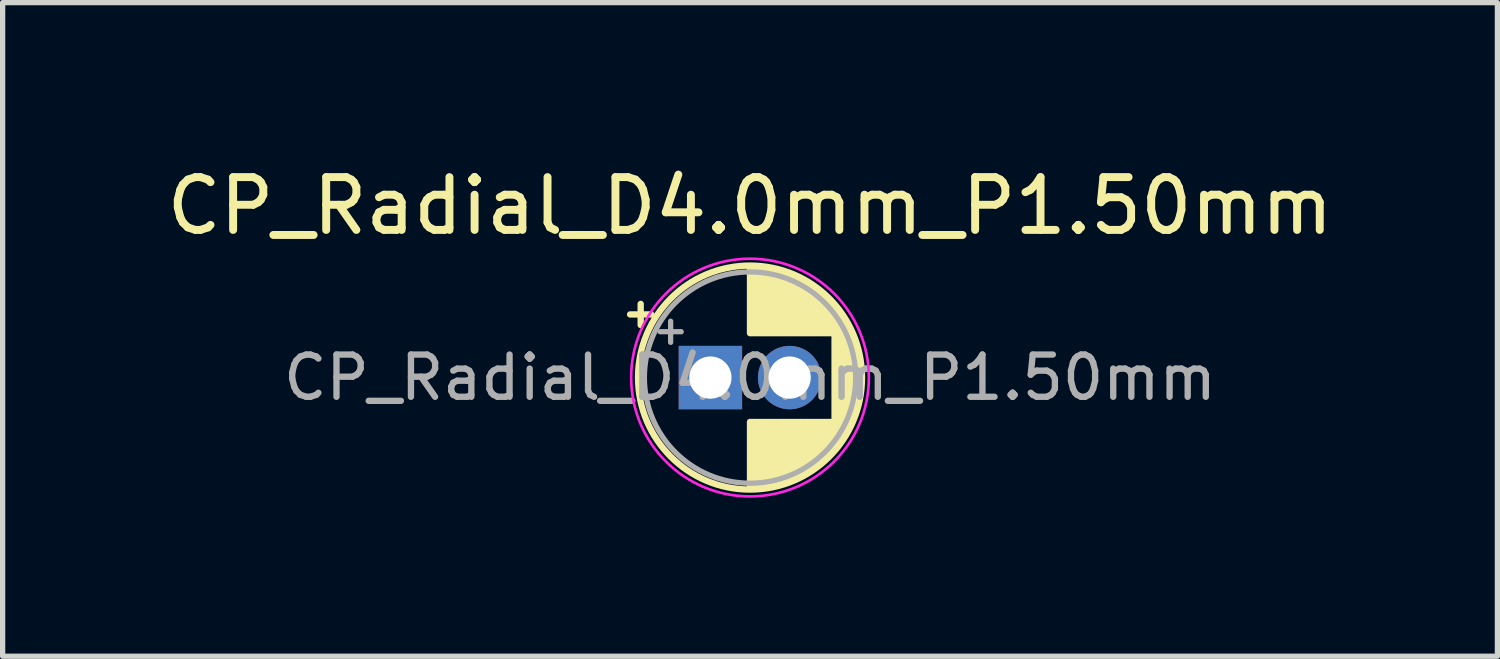
<source format=kicad_pcb>
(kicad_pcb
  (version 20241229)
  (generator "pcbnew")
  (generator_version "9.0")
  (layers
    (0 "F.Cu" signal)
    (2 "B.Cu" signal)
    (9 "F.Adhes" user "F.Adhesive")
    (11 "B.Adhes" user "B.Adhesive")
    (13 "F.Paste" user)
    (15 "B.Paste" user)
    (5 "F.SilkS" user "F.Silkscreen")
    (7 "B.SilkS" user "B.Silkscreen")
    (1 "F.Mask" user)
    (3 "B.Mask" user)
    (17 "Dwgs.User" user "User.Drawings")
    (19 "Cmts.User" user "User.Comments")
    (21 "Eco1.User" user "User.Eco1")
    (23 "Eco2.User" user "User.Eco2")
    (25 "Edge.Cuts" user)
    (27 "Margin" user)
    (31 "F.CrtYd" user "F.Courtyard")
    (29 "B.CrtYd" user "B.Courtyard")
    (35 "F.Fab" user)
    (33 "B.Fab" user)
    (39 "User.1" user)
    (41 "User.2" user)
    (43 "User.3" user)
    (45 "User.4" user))
  (footprint "CP_Radial_D4.0mm_P1.50mm"
    (layer "F.Cu")
    (at 10.399 4.098)
    (property "Reference" "CP_Radial_D4.0mm_P1.50mm" (at 0.75 -3.25 0) (layer "F.SilkS") (effects (font (size 1 1) (thickness 0.15))))
    (attr through_hole)
    (fp_line (start -1.52 -1.195) (end -1.12 -1.195) (stroke (width 0.12) (type solid)) (layer "F.SilkS"))
    (fp_line (start -1.32 -1.395) (end -1.32 -0.995) (stroke (width 0.12) (type solid)) (layer "F.SilkS"))
    (fp_line (start 0.75 -2.08) (end 0.75 -0.84) (stroke (width 0.12) (type solid)) (layer "F.SilkS"))
    (fp_line (start 0.75 0.84) (end 0.75 2.08) (stroke (width 0.12) (type solid)) (layer "F.SilkS"))
    (fp_line (start 0.79 -2.08) (end 0.79 -0.84) (stroke (width 0.12) (type solid)) (layer "F.SilkS"))
    (fp_line (start 0.79 0.84) (end 0.79 2.08) (stroke (width 0.12) (type solid)) (layer "F.SilkS"))
    (fp_line (start 0.83 -2.079) (end 0.83 -0.84) (stroke (width 0.12) (type solid)) (layer "F.SilkS"))
    (fp_line (start 0.83 0.84) (end 0.83 2.079) (stroke (width 0.12) (type solid)) (layer "F.SilkS"))
    (fp_line (start 0.87 -2.077) (end 0.87 -0.84) (stroke (width 0.12) (type solid)) (layer "F.SilkS"))
    (fp_line (start 0.87 0.84) (end 0.87 2.077) (stroke (width 0.12) (type solid)) (layer "F.SilkS"))
    (fp_line (start 0.91 -2.074) (end 0.91 -0.84) (stroke (width 0.12) (type solid)) (layer "F.SilkS"))
    (fp_line (start 0.91 0.84) (end 0.91 2.074) (stroke (width 0.12) (type solid)) (layer "F.SilkS"))
    (fp_line (start 0.95 -2.071) (end 0.95 -0.84) (stroke (width 0.12) (type solid)) (layer "F.SilkS"))
    (fp_line (start 0.95 0.84) (end 0.95 2.071) (stroke (width 0.12) (type solid)) (layer "F.SilkS"))
    (fp_line (start 0.99 -2.067) (end 0.99 -0.84) (stroke (width 0.12) (type solid)) (layer "F.SilkS"))
    (fp_line (start 0.99 0.84) (end 0.99 2.067) (stroke (width 0.12) (type solid)) (layer "F.SilkS"))
    (fp_line (start 1.03 -2.062) (end 1.03 -0.84) (stroke (width 0.12) (type solid)) (layer "F.SilkS"))
    (fp_line (start 1.03 0.84) (end 1.03 2.062) (stroke (width 0.12) (type solid)) (layer "F.SilkS"))
    (fp_line (start 1.07 -2.056) (end 1.07 -0.84) (stroke (width 0.12) (type solid)) (layer "F.SilkS"))
    (fp_line (start 1.07 0.84) (end 1.07 2.056) (stroke (width 0.12) (type solid)) (layer "F.SilkS"))
    (fp_line (start 1.11 -2.05) (end 1.11 -0.84) (stroke (width 0.12) (type solid)) (layer "F.SilkS"))
    (fp_line (start 1.11 0.84) (end 1.11 2.05) (stroke (width 0.12) (type solid)) (layer "F.SilkS"))
    (fp_line (start 1.15 -2.042) (end 1.15 -0.84) (stroke (width 0.12) (type solid)) (layer "F.SilkS"))
    (fp_line (start 1.15 0.84) (end 1.15 2.042) (stroke (width 0.12) (type solid)) (layer "F.SilkS"))
    (fp_line (start 1.19 -2.034) (end 1.19 -0.84) (stroke (width 0.12) (type solid)) (layer "F.SilkS"))
    (fp_line (start 1.19 0.84) (end 1.19 2.034) (stroke (width 0.12) (type solid)) (layer "F.SilkS"))
    (fp_line (start 1.23 -2.025) (end 1.23 -0.84) (stroke (width 0.12) (type solid)) (layer "F.SilkS"))
    (fp_line (start 1.23 0.84) (end 1.23 2.025) (stroke (width 0.12) (type solid)) (layer "F.SilkS"))
    (fp_line (start 1.27 -2.016) (end 1.27 -0.84) (stroke (width 0.12) (type solid)) (layer "F.SilkS"))
    (fp_line (start 1.27 0.84) (end 1.27 2.016) (stroke (width 0.12) (type solid)) (layer "F.SilkS"))
    (fp_line (start 1.31 -2.005) (end 1.31 -0.84) (stroke (width 0.12) (type solid)) (layer "F.SilkS"))
    (fp_line (start 1.31 0.84) (end 1.31 2.005) (stroke (width 0.12) (type solid)) (layer "F.SilkS"))
    (fp_line (start 1.35 -1.994) (end 1.35 -0.84) (stroke (width 0.12) (type solid)) (layer "F.SilkS"))
    (fp_line (start 1.35 0.84) (end 1.35 1.994) (stroke (width 0.12) (type solid)) (layer "F.SilkS"))
    (fp_line (start 1.39 -1.982) (end 1.39 -0.84) (stroke (width 0.12) (type solid)) (layer "F.SilkS"))
    (fp_line (start 1.39 0.84) (end 1.39 1.982) (stroke (width 0.12) (type solid)) (layer "F.SilkS"))
    (fp_line (start 1.43 -1.968) (end 1.43 -0.84) (stroke (width 0.12) (type solid)) (layer "F.SilkS"))
    (fp_line (start 1.43 0.84) (end 1.43 1.968) (stroke (width 0.12) (type solid)) (layer "F.SilkS"))
    (fp_line (start 1.471 -1.954) (end 1.471 -0.84) (stroke (width 0.12) (type solid)) (layer "F.SilkS"))
    (fp_line (start 1.471 0.84) (end 1.471 1.954) (stroke (width 0.12) (type solid)) (layer "F.SilkS"))
    (fp_line (start 1.511 -1.94) (end 1.511 -0.84) (stroke (width 0.12) (type solid)) (layer "F.SilkS"))
    (fp_line (start 1.511 0.84) (end 1.511 1.94) (stroke (width 0.12) (type solid)) (layer "F.SilkS"))
    (fp_line (start 1.551 -1.924) (end 1.551 -0.84) (stroke (width 0.12) (type solid)) (layer "F.SilkS"))
    (fp_line (start 1.551 0.84) (end 1.551 1.924) (stroke (width 0.12) (type solid)) (layer "F.SilkS"))
    (fp_line (start 1.591 -1.907) (end 1.591 -0.84) (stroke (width 0.12) (type solid)) (layer "F.SilkS"))
    (fp_line (start 1.591 0.84) (end 1.591 1.907) (stroke (width 0.12) (type solid)) (layer "F.SilkS"))
    (fp_line (start 1.631 -1.889) (end 1.631 -0.84) (stroke (width 0.12) (type solid)) (layer "F.SilkS"))
    (fp_line (start 1.631 0.84) (end 1.631 1.889) (stroke (width 0.12) (type solid)) (layer "F.SilkS"))
    (fp_line (start 1.671 -1.87) (end 1.671 -0.84) (stroke (width 0.12) (type solid)) (layer "F.SilkS"))
    (fp_line (start 1.671 0.84) (end 1.671 1.87) (stroke (width 0.12) (type solid)) (layer "F.SilkS"))
    (fp_line (start 1.711 -1.851) (end 1.711 -0.84) (stroke (width 0.12) (type solid)) (layer "F.SilkS"))
    (fp_line (start 1.711 0.84) (end 1.711 1.851) (stroke (width 0.12) (type solid)) (layer "F.SilkS"))
    (fp_line (start 1.751 -1.83) (end 1.751 -0.84) (stroke (width 0.12) (type solid)) (layer "F.SilkS"))
    (fp_line (start 1.751 0.84) (end 1.751 1.83) (stroke (width 0.12) (type solid)) (layer "F.SilkS"))
    (fp_line (start 1.791 -1.808) (end 1.791 -0.84) (stroke (width 0.12) (type solid)) (layer "F.SilkS"))
    (fp_line (start 1.791 0.84) (end 1.791 1.808) (stroke (width 0.12) (type solid)) (layer "F.SilkS"))
    (fp_line (start 1.831 -1.785) (end 1.831 -0.84) (stroke (width 0.12) (type solid)) (layer "F.SilkS"))
    (fp_line (start 1.831 0.84) (end 1.831 1.785) (stroke (width 0.12) (type solid)) (layer "F.SilkS"))
    (fp_line (start 1.871 -1.76) (end 1.871 -0.84) (stroke (width 0.12) (type solid)) (layer "F.SilkS"))
    (fp_line (start 1.871 0.84) (end 1.871 1.76) (stroke (width 0.12) (type solid)) (layer "F.SilkS"))
    (fp_line (start 1.911 -1.735) (end 1.911 -0.84) (stroke (width 0.12) (type solid)) (layer "F.SilkS"))
    (fp_line (start 1.911 0.84) (end 1.911 1.735) (stroke (width 0.12) (type solid)) (layer "F.SilkS"))
    (fp_line (start 1.951 -1.708) (end 1.951 -0.84) (stroke (width 0.12) (type solid)) (layer "F.SilkS"))
    (fp_line (start 1.951 0.84) (end 1.951 1.708) (stroke (width 0.12) (type solid)) (layer "F.SilkS"))
    (fp_line (start 1.991 -1.68) (end 1.991 -0.84) (stroke (width 0.12) (type solid)) (layer "F.SilkS"))
    (fp_line (start 1.991 0.84) (end 1.991 1.68) (stroke (width 0.12) (type solid)) (layer "F.SilkS"))
    (fp_line (start 2.031 -1.65) (end 2.031 -0.84) (stroke (width 0.12) (type solid)) (layer "F.SilkS"))
    (fp_line (start 2.031 0.84) (end 2.031 1.65) (stroke (width 0.12) (type solid)) (layer "F.SilkS"))
    (fp_line (start 2.071 -1.619) (end 2.071 -0.84) (stroke (width 0.12) (type solid)) (layer "F.SilkS"))
    (fp_line (start 2.071 0.84) (end 2.071 1.619) (stroke (width 0.12) (type solid)) (layer "F.SilkS"))
    (fp_line (start 2.111 -1.587) (end 2.111 -0.84) (stroke (width 0.12) (type solid)) (layer "F.SilkS"))
    (fp_line (start 2.111 0.84) (end 2.111 1.587) (stroke (width 0.12) (type solid)) (layer "F.SilkS"))
    (fp_line (start 2.151 -1.552) (end 2.151 -0.84) (stroke (width 0.12) (type solid)) (layer "F.SilkS"))
    (fp_line (start 2.151 0.84) (end 2.151 1.552) (stroke (width 0.12) (type solid)) (layer "F.SilkS"))
    (fp_line (start 2.191 -1.516) (end 2.191 -0.84) (stroke (width 0.12) (type solid)) (layer "F.SilkS"))
    (fp_line (start 2.191 0.84) (end 2.191 1.516) (stroke (width 0.12) (type solid)) (layer "F.SilkS"))
    (fp_line (start 2.231 -1.478) (end 2.231 -0.84) (stroke (width 0.12) (type solid)) (layer "F.SilkS"))
    (fp_line (start 2.231 0.84) (end 2.231 1.478) (stroke (width 0.12) (type solid)) (layer "F.SilkS"))
    (fp_line (start 2.271 -1.438) (end 2.271 -0.84) (stroke (width 0.12) (type solid)) (layer "F.SilkS"))
    (fp_line (start 2.271 0.84) (end 2.271 1.438) (stroke (width 0.12) (type solid)) (layer "F.SilkS"))
    (fp_line (start 2.311 -1.396) (end 2.311 -0.84) (stroke (width 0.12) (type solid)) (layer "F.SilkS"))
    (fp_line (start 2.311 0.84) (end 2.311 1.396) (stroke (width 0.12) (type solid)) (layer "F.SilkS"))
    (fp_line (start 2.351 -1.351) (end 2.351 1.351) (stroke (width 0.12) (type solid)) (layer "F.SilkS"))
    (fp_line (start 2.391 -1.304) (end 2.391 1.304) (stroke (width 0.12) (type solid)) (layer "F.SilkS"))
    (fp_line (start 2.431 -1.254) (end 2.431 1.254) (stroke (width 0.12) (type solid)) (layer "F.SilkS"))
    (fp_line (start 2.471 -1.2) (end 2.471 1.2) (stroke (width 0.12) (type solid)) (layer "F.SilkS"))
    (fp_line (start 2.511 -1.142) (end 2.511 1.142) (stroke (width 0.12) (type solid)) (layer "F.SilkS"))
    (fp_line (start 2.551 -1.08) (end 2.551 1.08) (stroke (width 0.12) (type solid)) (layer "F.SilkS"))
    (fp_line (start 2.591 -1.013) (end 2.591 1.013) (stroke (width 0.12) (type solid)) (layer "F.SilkS"))
    (fp_line (start 2.631 -0.94) (end 2.631 0.94) (stroke (width 0.12) (type solid)) (layer "F.SilkS"))
    (fp_line (start 2.671 -0.859) (end 2.671 0.859) (stroke (width 0.12) (type solid)) (layer "F.SilkS"))
    (fp_line (start 2.711 -0.768) (end 2.711 0.768) (stroke (width 0.12) (type solid)) (layer "F.SilkS"))
    (fp_line (start 2.751 -0.664) (end 2.751 0.664) (stroke (width 0.12) (type solid)) (layer "F.SilkS"))
    (fp_line (start 2.791 -0.537) (end 2.791 0.537) (stroke (width 0.12) (type solid)) (layer "F.SilkS"))
    (fp_line (start 2.831 -0.37) (end 2.831 0.37) (stroke (width 0.12) (type solid)) (layer "F.SilkS"))
    (fp_circle (center 0.75 0) (end 2.87 0) (stroke (width 0.12) (type solid)) (fill no) (layer "F.SilkS"))
    (fp_circle (center 0.75 0) (end 3 0) (stroke (width 0.05) (type solid)) (fill no) (layer "F.CrtYd"))
    (fp_line (start -0.953 -0.868) (end -0.553 -0.868) (stroke (width 0.1) (type solid)) (layer "F.Fab"))
    (fp_line (start -0.753 -1.067) (end -0.753 -0.667) (stroke (width 0.1) (type solid)) (layer "F.Fab"))
    (fp_circle (center 0.75 0) (end 2.75 0) (stroke (width 0.1) (type solid)) (fill no) (layer "F.Fab"))
    (fp_text user "${REFERENCE}" (at 0.75 0 0) (layer "F.Fab") (effects (font (size 0.8 0.8) (thickness 0.12))))
    (pad "1" thru_hole rect (at 0 0) (size 1.2 1.2) (drill 0.8) (layers "*.Cu" "*.Mask"))
    (pad "2" thru_hole circle (at 1.5 0) (size 1.2 1.2) (drill 0.8) (layers "*.Cu" "*.Mask")))
  (gr_rect
    (start -3 -3)
    (end 25.298 9.373)
    (stroke (width 0.1) (type default))
    (fill no)
    (layer "Edge.Cuts")))
</source>
